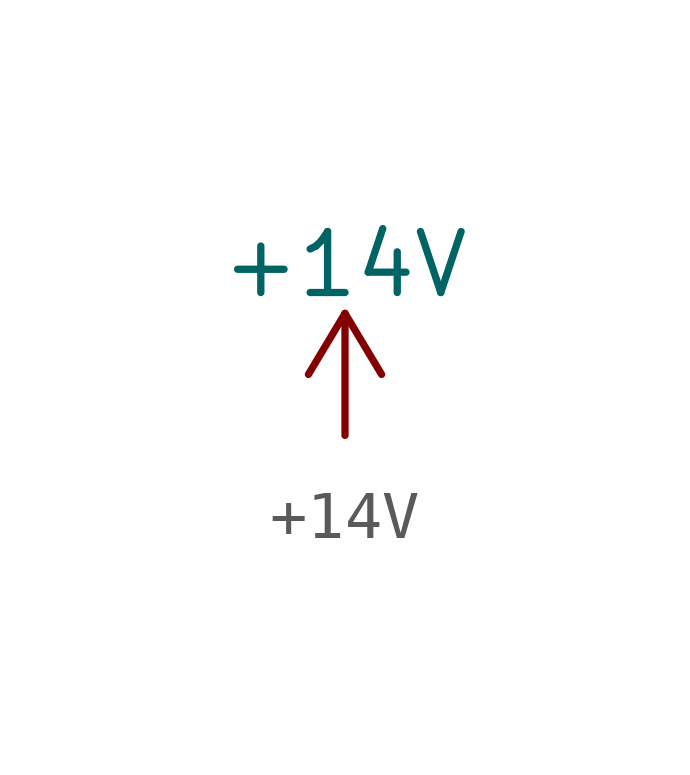
<source format=kicad_sym>
(kicad_symbol_lib
  (version 20220914)
  (generator kicad_symbol_editor)
  (symbol "+14V"
    (power)
    (pin_names
      (offset 0))
    (property "Reference" "#PWR"
      (at 0 -3.81 0)
      (effects (font (size 1.27 1.27)) hide))
    (property "Value" "+14V"
      (at 0 3.556 0)
      (effects (font (size 1.27 1.27))))
    (symbol "+14V_0_1"
      (polyline (pts (xy -0.762 1.27) (xy 0 2.54)) (stroke (width 0) (type default)) (fill (type none)))
      (polyline (pts (xy 0 0) (xy 0 2.54)) (stroke (width 0) (type default)) (fill (type none)))
      (polyline (pts (xy 0 2.54) (xy 0.762 1.27)) (stroke (width 0) (type default)) (fill (type none))))
    (symbol "+14V_1_1"
      (pin power_in line (at 0 0 90) (length 0) hide (name "+14V" (effects (font (size 1.27 1.27)))) (number "1" (effects (font (size 1.27 1.27))))))))
</source>
